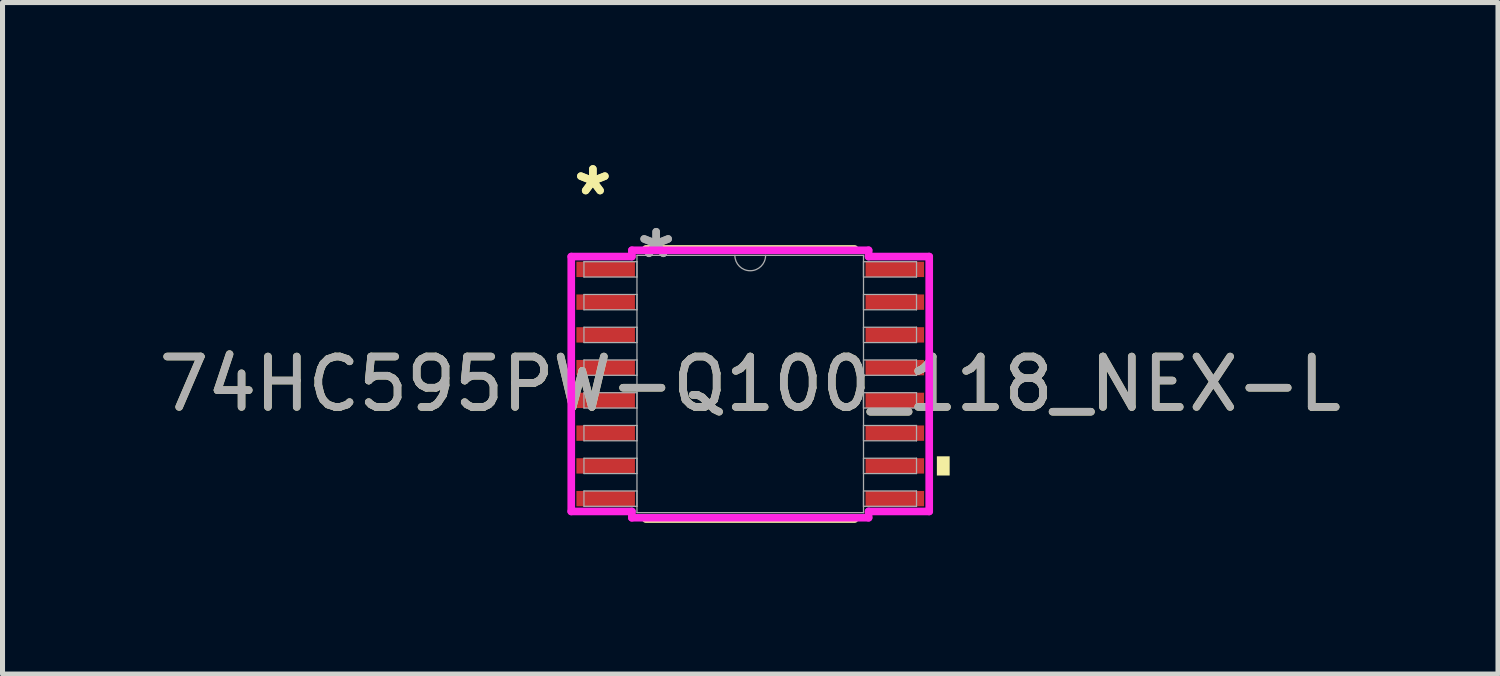
<source format=kicad_pcb>
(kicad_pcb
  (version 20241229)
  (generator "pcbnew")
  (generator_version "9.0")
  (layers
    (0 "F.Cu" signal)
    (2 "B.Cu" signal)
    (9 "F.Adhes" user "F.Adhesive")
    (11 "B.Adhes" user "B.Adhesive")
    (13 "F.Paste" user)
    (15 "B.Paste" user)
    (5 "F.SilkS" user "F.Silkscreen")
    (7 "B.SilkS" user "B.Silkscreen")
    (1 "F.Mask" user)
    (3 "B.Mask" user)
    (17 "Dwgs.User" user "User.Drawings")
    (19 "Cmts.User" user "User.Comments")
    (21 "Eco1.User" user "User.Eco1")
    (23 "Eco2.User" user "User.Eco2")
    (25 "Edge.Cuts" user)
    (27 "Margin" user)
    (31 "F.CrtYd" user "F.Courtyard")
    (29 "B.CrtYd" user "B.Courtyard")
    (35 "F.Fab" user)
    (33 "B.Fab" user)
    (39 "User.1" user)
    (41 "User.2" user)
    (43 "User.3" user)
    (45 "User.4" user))
  (footprint "74HC595PW-Q100_118_NEX-L"
    (layer "F.Cu")
    (at 11.839 4.571)
    (property "Reference" "74HC595PW-Q100_118_NEX-L" (at 0 0 0) (unlocked yes) (layer "F.SilkS") (effects (font (size 1 1) (thickness 0.15))))
    (attr smd)
    (fp_line (start -2.071 2.68) (end 2.071 2.68) (stroke (width 0.152) (type solid)) (layer "F.SilkS"))
    (fp_line (start 2.071 -2.68) (end -2.071 -2.68) (stroke (width 0.152) (type solid)) (layer "F.SilkS"))
    (fp_poly (pts (xy 3.958 1.435) (xy 3.958 1.816) (xy 3.704 1.816) (xy 3.704 1.435)) (stroke (width 0) (type solid)) (fill yes) (layer "F.SilkS"))
    (fp_line (start -3.552 -2.529) (end -2.349 -2.529) (stroke (width 0.152) (type solid)) (layer "F.CrtYd"))
    (fp_line (start -3.552 2.529) (end -3.552 -2.529) (stroke (width 0.152) (type solid)) (layer "F.CrtYd"))
    (fp_line (start -3.552 2.529) (end -2.349 2.529) (stroke (width 0.152) (type solid)) (layer "F.CrtYd"))
    (fp_line (start -2.349 -2.654) (end 2.349 -2.654) (stroke (width 0.152) (type solid)) (layer "F.CrtYd"))
    (fp_line (start -2.349 -2.529) (end -2.349 -2.654) (stroke (width 0.152) (type solid)) (layer "F.CrtYd"))
    (fp_line (start -2.349 2.654) (end -2.349 2.529) (stroke (width 0.152) (type solid)) (layer "F.CrtYd"))
    (fp_line (start 2.349 -2.654) (end 2.349 -2.529) (stroke (width 0.152) (type solid)) (layer "F.CrtYd"))
    (fp_line (start 2.349 2.529) (end 2.349 2.654) (stroke (width 0.152) (type solid)) (layer "F.CrtYd"))
    (fp_line (start 2.349 2.654) (end -2.349 2.654) (stroke (width 0.152) (type solid)) (layer "F.CrtYd"))
    (fp_line (start 3.552 -2.529) (end 2.349 -2.529) (stroke (width 0.152) (type solid)) (layer "F.CrtYd"))
    (fp_line (start 3.552 -2.529) (end 3.552 2.529) (stroke (width 0.152) (type solid)) (layer "F.CrtYd"))
    (fp_line (start 3.552 2.529) (end 2.349 2.529) (stroke (width 0.152) (type solid)) (layer "F.CrtYd"))
    (fp_line (start -3.3 -2.427) (end -3.3 -2.123) (stroke (width 0.025) (type solid)) (layer "F.Fab"))
    (fp_line (start -3.3 -2.123) (end -2.248 -2.123) (stroke (width 0.025) (type solid)) (layer "F.Fab"))
    (fp_line (start -3.3 -1.777) (end -3.3 -1.473) (stroke (width 0.025) (type solid)) (layer "F.Fab"))
    (fp_line (start -3.3 -1.473) (end -2.248 -1.473) (stroke (width 0.025) (type solid)) (layer "F.Fab"))
    (fp_line (start -3.3 -1.127) (end -3.3 -0.823) (stroke (width 0.025) (type solid)) (layer "F.Fab"))
    (fp_line (start -3.3 -0.823) (end -2.248 -0.823) (stroke (width 0.025) (type solid)) (layer "F.Fab"))
    (fp_line (start -3.3 -0.477) (end -3.3 -0.173) (stroke (width 0.025) (type solid)) (layer "F.Fab"))
    (fp_line (start -3.3 -0.173) (end -2.248 -0.173) (stroke (width 0.025) (type solid)) (layer "F.Fab"))
    (fp_line (start -3.3 0.173) (end -3.3 0.477) (stroke (width 0.025) (type solid)) (layer "F.Fab"))
    (fp_line (start -3.3 0.477) (end -2.248 0.477) (stroke (width 0.025) (type solid)) (layer "F.Fab"))
    (fp_line (start -3.3 0.823) (end -3.3 1.127) (stroke (width 0.025) (type solid)) (layer "F.Fab"))
    (fp_line (start -3.3 1.127) (end -2.248 1.127) (stroke (width 0.025) (type solid)) (layer "F.Fab"))
    (fp_line (start -3.3 1.473) (end -3.3 1.777) (stroke (width 0.025) (type solid)) (layer "F.Fab"))
    (fp_line (start -3.3 1.777) (end -2.248 1.777) (stroke (width 0.025) (type solid)) (layer "F.Fab"))
    (fp_line (start -3.3 2.123) (end -3.3 2.427) (stroke (width 0.025) (type solid)) (layer "F.Fab"))
    (fp_line (start -3.3 2.427) (end -2.248 2.427) (stroke (width 0.025) (type solid)) (layer "F.Fab"))
    (fp_line (start -2.248 -2.553) (end -2.248 2.553) (stroke (width 0.025) (type solid)) (layer "F.Fab"))
    (fp_line (start -2.248 -2.427) (end -3.3 -2.427) (stroke (width 0.025) (type solid)) (layer "F.Fab"))
    (fp_line (start -2.248 -2.123) (end -2.248 -2.427) (stroke (width 0.025) (type solid)) (layer "F.Fab"))
    (fp_line (start -2.248 -1.777) (end -3.3 -1.777) (stroke (width 0.025) (type solid)) (layer "F.Fab"))
    (fp_line (start -2.248 -1.473) (end -2.248 -1.777) (stroke (width 0.025) (type solid)) (layer "F.Fab"))
    (fp_line (start -2.248 -1.127) (end -3.3 -1.127) (stroke (width 0.025) (type solid)) (layer "F.Fab"))
    (fp_line (start -2.248 -0.823) (end -2.248 -1.127) (stroke (width 0.025) (type solid)) (layer "F.Fab"))
    (fp_line (start -2.248 -0.477) (end -3.3 -0.477) (stroke (width 0.025) (type solid)) (layer "F.Fab"))
    (fp_line (start -2.248 -0.173) (end -2.248 -0.477) (stroke (width 0.025) (type solid)) (layer "F.Fab"))
    (fp_line (start -2.248 0.173) (end -3.3 0.173) (stroke (width 0.025) (type solid)) (layer "F.Fab"))
    (fp_line (start -2.248 0.477) (end -2.248 0.173) (stroke (width 0.025) (type solid)) (layer "F.Fab"))
    (fp_line (start -2.248 0.823) (end -3.3 0.823) (stroke (width 0.025) (type solid)) (layer "F.Fab"))
    (fp_line (start -2.248 1.127) (end -2.248 0.823) (stroke (width 0.025) (type solid)) (layer "F.Fab"))
    (fp_line (start -2.248 1.473) (end -3.3 1.473) (stroke (width 0.025) (type solid)) (layer "F.Fab"))
    (fp_line (start -2.248 1.777) (end -2.248 1.473) (stroke (width 0.025) (type solid)) (layer "F.Fab"))
    (fp_line (start -2.248 2.123) (end -3.3 2.123) (stroke (width 0.025) (type solid)) (layer "F.Fab"))
    (fp_line (start -2.248 2.427) (end -2.248 2.123) (stroke (width 0.025) (type solid)) (layer "F.Fab"))
    (fp_line (start -2.248 2.553) (end 2.248 2.553) (stroke (width 0.025) (type solid)) (layer "F.Fab"))
    (fp_line (start 2.248 -2.553) (end -2.248 -2.553) (stroke (width 0.025) (type solid)) (layer "F.Fab"))
    (fp_line (start 2.248 -2.427) (end 2.248 -2.123) (stroke (width 0.025) (type solid)) (layer "F.Fab"))
    (fp_line (start 2.248 -2.123) (end 3.3 -2.123) (stroke (width 0.025) (type solid)) (layer "F.Fab"))
    (fp_line (start 2.248 -1.777) (end 2.248 -1.473) (stroke (width 0.025) (type solid)) (layer "F.Fab"))
    (fp_line (start 2.248 -1.473) (end 3.3 -1.473) (stroke (width 0.025) (type solid)) (layer "F.Fab"))
    (fp_line (start 2.248 -1.127) (end 2.248 -0.823) (stroke (width 0.025) (type solid)) (layer "F.Fab"))
    (fp_line (start 2.248 -0.823) (end 3.3 -0.823) (stroke (width 0.025) (type solid)) (layer "F.Fab"))
    (fp_line (start 2.248 -0.477) (end 2.248 -0.173) (stroke (width 0.025) (type solid)) (layer "F.Fab"))
    (fp_line (start 2.248 -0.173) (end 3.3 -0.173) (stroke (width 0.025) (type solid)) (layer "F.Fab"))
    (fp_line (start 2.248 0.173) (end 2.248 0.477) (stroke (width 0.025) (type solid)) (layer "F.Fab"))
    (fp_line (start 2.248 0.477) (end 3.3 0.477) (stroke (width 0.025) (type solid)) (layer "F.Fab"))
    (fp_line (start 2.248 0.823) (end 2.248 1.127) (stroke (width 0.025) (type solid)) (layer "F.Fab"))
    (fp_line (start 2.248 1.127) (end 3.3 1.127) (stroke (width 0.025) (type solid)) (layer "F.Fab"))
    (fp_line (start 2.248 1.473) (end 2.248 1.777) (stroke (width 0.025) (type solid)) (layer "F.Fab"))
    (fp_line (start 2.248 1.777) (end 3.3 1.777) (stroke (width 0.025) (type solid)) (layer "F.Fab"))
    (fp_line (start 2.248 2.123) (end 2.248 2.427) (stroke (width 0.025) (type solid)) (layer "F.Fab"))
    (fp_line (start 2.248 2.427) (end 3.3 2.427) (stroke (width 0.025) (type solid)) (layer "F.Fab"))
    (fp_line (start 2.248 2.553) (end 2.248 -2.553) (stroke (width 0.025) (type solid)) (layer "F.Fab"))
    (fp_line (start 3.3 -2.427) (end 2.248 -2.427) (stroke (width 0.025) (type solid)) (layer "F.Fab"))
    (fp_line (start 3.3 -2.123) (end 3.3 -2.427) (stroke (width 0.025) (type solid)) (layer "F.Fab"))
    (fp_line (start 3.3 -1.777) (end 2.248 -1.777) (stroke (width 0.025) (type solid)) (layer "F.Fab"))
    (fp_line (start 3.3 -1.473) (end 3.3 -1.777) (stroke (width 0.025) (type solid)) (layer "F.Fab"))
    (fp_line (start 3.3 -1.127) (end 2.248 -1.127) (stroke (width 0.025) (type solid)) (layer "F.Fab"))
    (fp_line (start 3.3 -0.823) (end 3.3 -1.127) (stroke (width 0.025) (type solid)) (layer "F.Fab"))
    (fp_line (start 3.3 -0.477) (end 2.248 -0.477) (stroke (width 0.025) (type solid)) (layer "F.Fab"))
    (fp_line (start 3.3 -0.173) (end 3.3 -0.477) (stroke (width 0.025) (type solid)) (layer "F.Fab"))
    (fp_line (start 3.3 0.173) (end 2.248 0.173) (stroke (width 0.025) (type solid)) (layer "F.Fab"))
    (fp_line (start 3.3 0.477) (end 3.3 0.173) (stroke (width 0.025) (type solid)) (layer "F.Fab"))
    (fp_line (start 3.3 0.823) (end 2.248 0.823) (stroke (width 0.025) (type solid)) (layer "F.Fab"))
    (fp_line (start 3.3 1.127) (end 3.3 0.823) (stroke (width 0.025) (type solid)) (layer "F.Fab"))
    (fp_line (start 3.3 1.473) (end 2.248 1.473) (stroke (width 0.025) (type solid)) (layer "F.Fab"))
    (fp_line (start 3.3 1.777) (end 3.3 1.473) (stroke (width 0.025) (type solid)) (layer "F.Fab"))
    (fp_line (start 3.3 2.123) (end 2.248 2.123) (stroke (width 0.025) (type solid)) (layer "F.Fab"))
    (fp_line (start 3.3 2.427) (end 3.3 2.123) (stroke (width 0.025) (type solid)) (layer "F.Fab"))
    (fp_arc (start 0.3048 -2.5527) (mid 0 -2.2479) (end -0.3048 -2.5527) (stroke (width 0.0254) (type solid)) (layer "F.Fab"))
    (fp_text user "*" (at -3.123 -3.723 0) (unlocked yes) (layer "F.SilkS") (effects (font (size 1 1) (thickness 0.15))))
    (fp_text user "*" (at -3.123 -3.723 0) (layer "F.SilkS") (effects (font (size 1 1) (thickness 0.15))))
    (fp_text user "${REFERENCE}" (at 0 0 0) (unlocked yes) (layer "F.Fab") (effects (font (size 1 1) (thickness 0.15))))
    (fp_text user "*" (at -1.867 -2.477 0) (layer "F.Fab") (effects (font (size 1 1) (thickness 0.15))))
    (fp_text user "*" (at -1.867 -2.477 0) (unlocked yes) (layer "F.Fab") (effects (font (size 1 1) (thickness 0.15))))
    (pad "1" smd rect (at -2.869 -2.275) (size 1.162 0.305) (layers "F.Cu" "F.Mask" "F.Paste"))
    (pad "2" smd rect (at -2.869 -1.625) (size 1.162 0.305) (layers "F.Cu" "F.Mask" "F.Paste"))
    (pad "3" smd rect (at -2.869 -0.975) (size 1.162 0.305) (layers "F.Cu" "F.Mask" "F.Paste"))
    (pad "4" smd rect (at -2.869 -0.325) (size 1.162 0.305) (layers "F.Cu" "F.Mask" "F.Paste"))
    (pad "5" smd rect (at -2.869 0.325) (size 1.162 0.305) (layers "F.Cu" "F.Mask" "F.Paste"))
    (pad "6" smd rect (at -2.869 0.975) (size 1.162 0.305) (layers "F.Cu" "F.Mask" "F.Paste"))
    (pad "7" smd rect (at -2.869 1.625) (size 1.162 0.305) (layers "F.Cu" "F.Mask" "F.Paste"))
    (pad "8" smd rect (at -2.869 2.275) (size 1.162 0.305) (layers "F.Cu" "F.Mask" "F.Paste"))
    (pad "9" smd rect (at 2.869 2.275) (size 1.162 0.305) (layers "F.Cu" "F.Mask" "F.Paste"))
    (pad "10" smd rect (at 2.869 1.625) (size 1.162 0.305) (layers "F.Cu" "F.Mask" "F.Paste"))
    (pad "11" smd rect (at 2.869 0.975) (size 1.162 0.305) (layers "F.Cu" "F.Mask" "F.Paste"))
    (pad "12" smd rect (at 2.869 0.325) (size 1.162 0.305) (layers "F.Cu" "F.Mask" "F.Paste"))
    (pad "13" smd rect (at 2.869 -0.325) (size 1.162 0.305) (layers "F.Cu" "F.Mask" "F.Paste"))
    (pad "14" smd rect (at 2.869 -0.975) (size 1.162 0.305) (layers "F.Cu" "F.Mask" "F.Paste"))
    (pad "15" smd rect (at 2.869 -1.625) (size 1.162 0.305) (layers "F.Cu" "F.Mask" "F.Paste"))
    (pad "16" smd rect (at 2.869 -2.275) (size 1.162 0.305) (layers "F.Cu" "F.Mask" "F.Paste")))
  (gr_rect
    (start -3 -3)
    (end 26.679 10.327)
    (stroke (width 0.1) (type default))
    (fill no)
    (layer "Edge.Cuts")))
</source>
